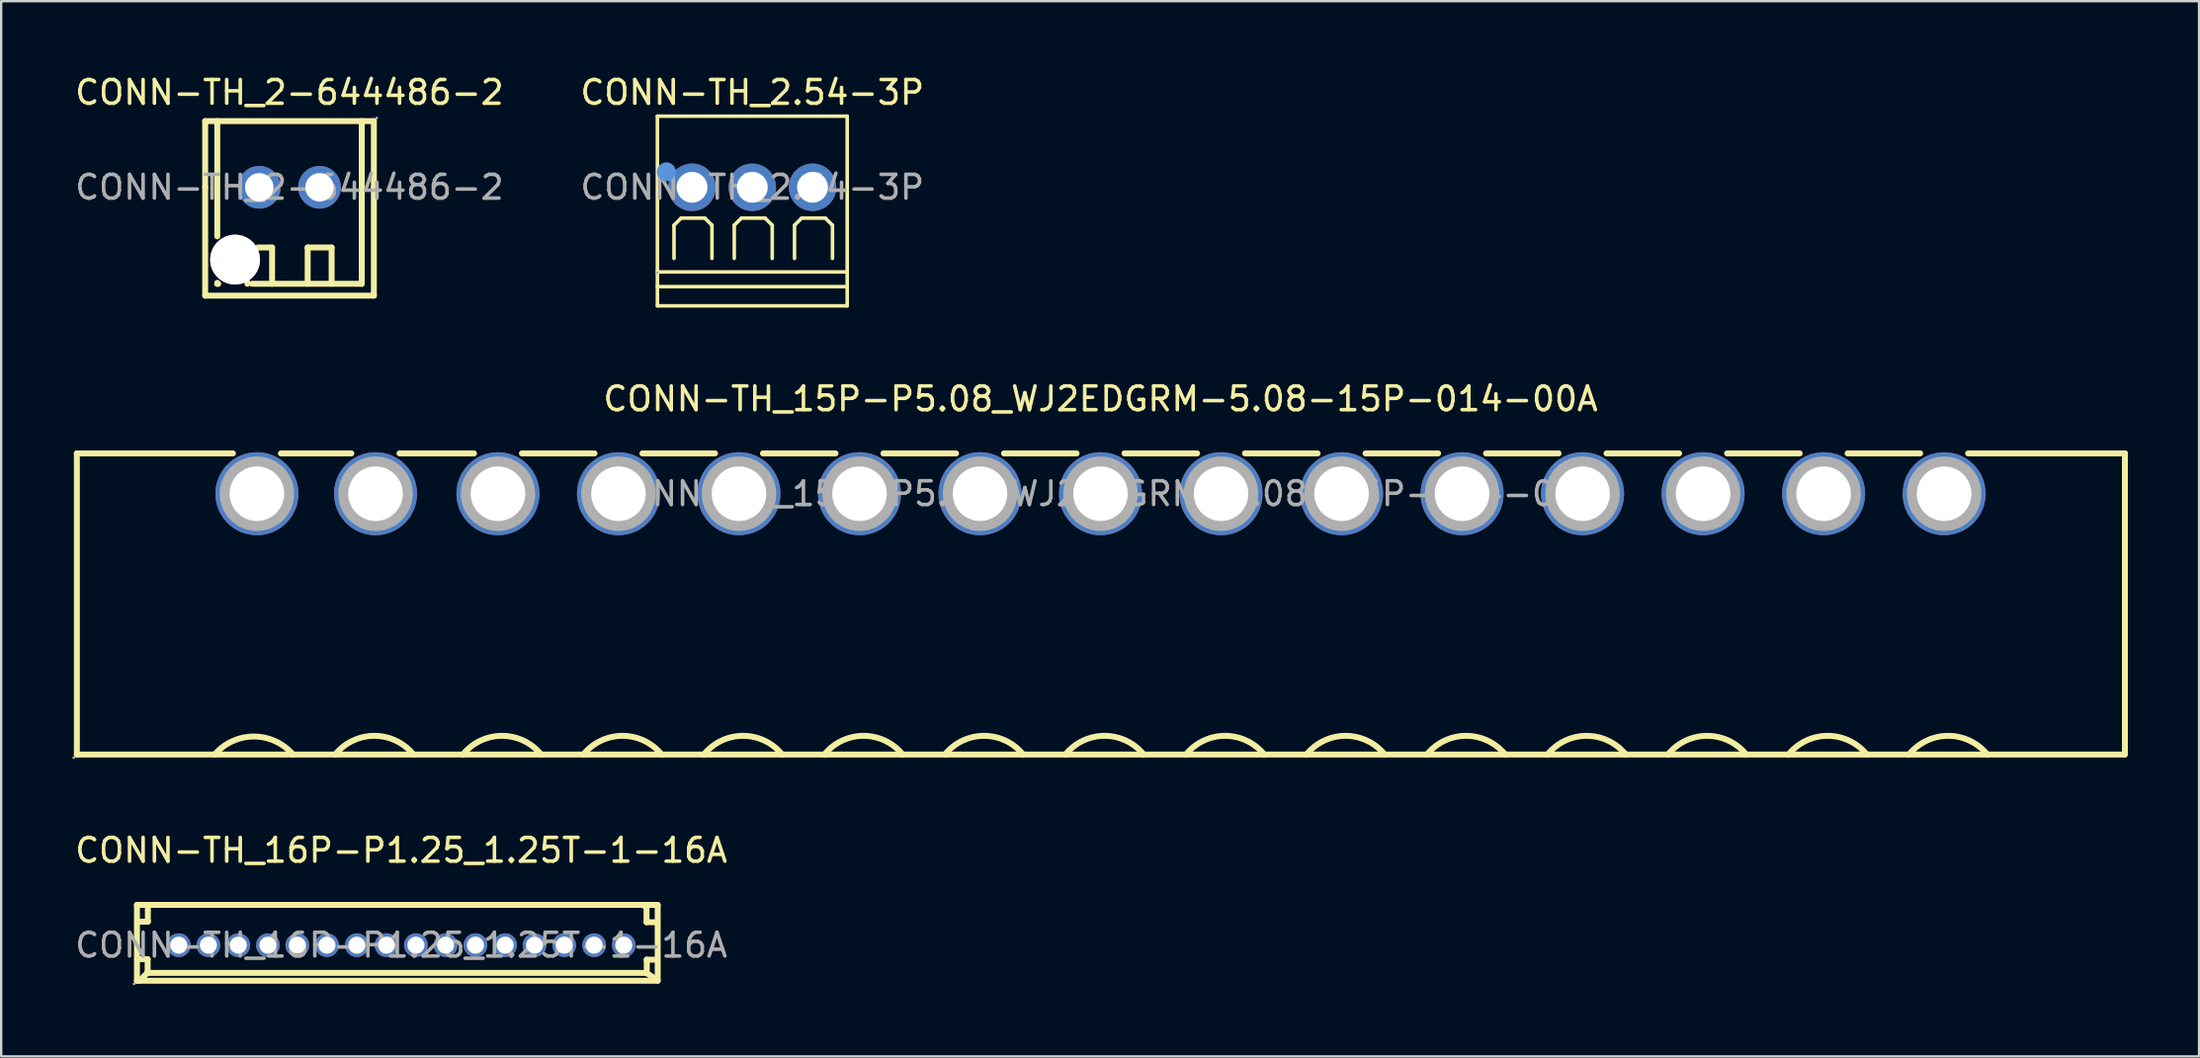
<source format=kicad_pcb>
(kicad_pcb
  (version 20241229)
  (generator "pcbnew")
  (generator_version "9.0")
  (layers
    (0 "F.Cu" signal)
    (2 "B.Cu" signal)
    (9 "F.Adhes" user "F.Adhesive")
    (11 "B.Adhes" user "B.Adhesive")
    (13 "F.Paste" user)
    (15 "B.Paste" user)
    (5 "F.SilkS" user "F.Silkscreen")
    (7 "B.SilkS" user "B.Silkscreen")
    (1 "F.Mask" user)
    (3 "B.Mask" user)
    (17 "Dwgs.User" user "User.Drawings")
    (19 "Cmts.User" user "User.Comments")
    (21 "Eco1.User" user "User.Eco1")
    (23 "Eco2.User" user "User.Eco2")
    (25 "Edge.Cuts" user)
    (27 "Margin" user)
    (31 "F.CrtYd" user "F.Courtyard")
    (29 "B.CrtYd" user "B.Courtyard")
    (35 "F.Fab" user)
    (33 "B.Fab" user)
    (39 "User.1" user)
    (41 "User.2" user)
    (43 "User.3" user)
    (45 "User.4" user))
  (footprint "CONN-TH_2.54-3P"
    (layer "F.Cu")
    (at 28.661 4.848)
    (property "Reference" "CONN-TH_2.54-3P" (at 0 -4 0) (layer "F.SilkS") (effects (font (size 1 1) (thickness 0.15))))
    (attr through_hole)
    (fp_line (start -4 -3) (end 4 -3) (stroke (width 0.15) (type solid)) (layer "F.SilkS"))
    (fp_line (start -4 3.57) (end 4 3.57) (stroke (width 0.15) (type solid)) (layer "F.SilkS"))
    (fp_line (start -4 4.19) (end 4 4.19) (stroke (width 0.15) (type solid)) (layer "F.SilkS"))
    (fp_line (start -4 5) (end -4 -3) (stroke (width 0.15) (type solid)) (layer "F.SilkS"))
    (fp_line (start -3.3 1.6) (end -3 1.3) (stroke (width 0.15) (type solid)) (layer "F.SilkS"))
    (fp_line (start -3.3 3) (end -3.3 1.6) (stroke (width 0.15) (type solid)) (layer "F.SilkS"))
    (fp_line (start -3 1.3) (end -2 1.3) (stroke (width 0.15) (type solid)) (layer "F.SilkS"))
    (fp_line (start -2 1.3) (end -1.7 1.6) (stroke (width 0.15) (type solid)) (layer "F.SilkS"))
    (fp_line (start -1.7 1.6) (end -1.7 3) (stroke (width 0.15) (type solid)) (layer "F.SilkS"))
    (fp_line (start -0.76 1.6) (end -0.46 1.3) (stroke (width 0.15) (type solid)) (layer "F.SilkS"))
    (fp_line (start -0.76 3) (end -0.76 1.6) (stroke (width 0.15) (type solid)) (layer "F.SilkS"))
    (fp_line (start -0.46 1.3) (end 0.54 1.3) (stroke (width 0.15) (type solid)) (layer "F.SilkS"))
    (fp_line (start 0.54 1.3) (end 0.84 1.6) (stroke (width 0.15) (type solid)) (layer "F.SilkS"))
    (fp_line (start 0.84 1.6) (end 0.84 3) (stroke (width 0.15) (type solid)) (layer "F.SilkS"))
    (fp_line (start 1.78 1.6) (end 2.08 1.3) (stroke (width 0.15) (type solid)) (layer "F.SilkS"))
    (fp_line (start 1.78 3) (end 1.78 1.6) (stroke (width 0.15) (type solid)) (layer "F.SilkS"))
    (fp_line (start 2.08 1.3) (end 3.08 1.3) (stroke (width 0.15) (type solid)) (layer "F.SilkS"))
    (fp_line (start 3.08 1.3) (end 3.38 1.6) (stroke (width 0.15) (type solid)) (layer "F.SilkS"))
    (fp_line (start 3.38 1.6) (end 3.38 3) (stroke (width 0.15) (type solid)) (layer "F.SilkS"))
    (fp_line (start 4 -3) (end 4 5) (stroke (width 0.15) (type solid)) (layer "F.SilkS"))
    (fp_line (start 4 3.57) (end 4 3.59) (stroke (width 0.15) (type solid)) (layer "F.SilkS"))
    (fp_line (start 4 4.19) (end 4 4.2) (stroke (width 0.15) (type solid)) (layer "F.SilkS"))
    (fp_line (start 4 5) (end -4 5) (stroke (width 0.15) (type solid)) (layer "F.SilkS"))
    (fp_circle (center -3.62 -0.65) (end -3.42 -0.65) (stroke (width 0.4) (type solid)) (fill no) (layer "Cmts.User"))
    (fp_circle (center -4 3.6) (end -3.97 3.6) (stroke (width 0.06) (type solid)) (fill no) (layer "F.Fab"))
    (fp_text user "${REFERENCE}" (at 0 0 0) (layer "F.Fab") (effects (font (size 1 1) (thickness 0.15))))
    (pad "1" thru_hole circle (at -2.54 0 180) (size 2 2) (drill 1.3) (layers "*.Cu" "*.Paste" "*.Mask"))
    (pad "2" thru_hole circle (at 0 0 180) (size 2 2) (drill 1.3) (layers "*.Cu" "*.Paste" "*.Mask"))
    (pad "3" thru_hole circle (at 2.54 0 180) (size 2 2) (drill 1.3) (layers "*.Cu" "*.Paste" "*.Mask")))
  (footprint "CONN-TH_2-644486-2"
    (layer "F.Cu")
    (at 9.149 4.848)
    (property "Reference" "CONN-TH_2-644486-2" (at 0 -4 0) (layer "F.SilkS") (effects (font (size 1 1) (thickness 0.15))))
    (attr through_hole)
    (fp_line (start -3.55 0) (end -3.55 -2.79) (stroke (width 0.25) (type solid)) (layer "F.SilkS"))
    (fp_line (start -3.55 0) (end -3.55 4.57) (stroke (width 0.25) (type solid)) (layer "F.SilkS"))
    (fp_line (start -3.04 -2.79) (end -3.04 2.07) (stroke (width 0.25) (type solid)) (layer "F.SilkS"))
    (fp_line (start -3.04 4.03) (end -3.04 4.07) (stroke (width 0.25) (type solid)) (layer "F.SilkS"))
    (fp_line (start -3.04 4.07) (end -3 4.07) (stroke (width 0.25) (type solid)) (layer "F.SilkS"))
    (fp_line (start -1.77 4.07) (end -1.77 4) (stroke (width 0.25) (type solid)) (layer "F.SilkS"))
    (fp_line (start -1.57 4.07) (end 3.05 4.07) (stroke (width 0.25) (type solid)) (layer "F.SilkS"))
    (fp_line (start -0.73 2.54) (end -1.33 2.54) (stroke (width 0.25) (type solid)) (layer "F.SilkS"))
    (fp_line (start -0.73 4.07) (end -0.73 2.54) (stroke (width 0.25) (type solid)) (layer "F.SilkS"))
    (fp_line (start 0.77 2.54) (end 0.77 4.07) (stroke (width 0.25) (type solid)) (layer "F.SilkS"))
    (fp_line (start 1.78 2.54) (end 0.77 2.54) (stroke (width 0.25) (type solid)) (layer "F.SilkS"))
    (fp_line (start 1.78 4.07) (end 1.78 2.54) (stroke (width 0.25) (type solid)) (layer "F.SilkS"))
    (fp_line (start 3.05 4.07) (end 3.05 -2.79) (stroke (width 0.25) (type solid)) (layer "F.SilkS"))
    (fp_line (start 3.56 -2.79) (end -3.55 -2.79) (stroke (width 0.25) (type solid)) (layer "F.SilkS"))
    (fp_line (start 3.56 0) (end 3.56 -2.79) (stroke (width 0.25) (type solid)) (layer "F.SilkS"))
    (fp_line (start 3.56 0) (end 3.56 4.57) (stroke (width 0.25) (type solid)) (layer "F.SilkS"))
    (fp_line (start 3.56 4.57) (end -3.55 4.57) (stroke (width 0.25) (type solid)) (layer "F.SilkS"))
    (fp_circle (center -2.29 3.05) (end -1.81 3.05) (stroke (width 0.95) (type solid)) (fill no) (layer "F.Fab"))
    (fp_circle (center -1.27 0) (end -1.02 0) (stroke (width 0.5) (type solid)) (fill no) (layer "F.Fab"))
    (fp_circle (center 1.27 0) (end 1.52 0) (stroke (width 0.5) (type solid)) (fill no) (layer "F.Fab"))
    (fp_circle (center 3.68 -2.92) (end 3.71 -2.92) (stroke (width 0.06) (type solid)) (fill no) (layer "F.Fab"))
    (fp_text user "${REFERENCE}" (at 0 0 0) (layer "F.Fab") (effects (font (size 1 1) (thickness 0.15))))
    (pad "" thru_hole circle (at -2.29 3.05) (size 2.1 2.1) (drill 2.1) (layers "*.Cu" "*.Mask"))
    (pad "1" thru_hole circle (at 1.27 0 180) (size 1.8 1.8) (drill 1.2) (layers "*.Cu" "*.Paste" "*.Mask"))
    (pad "2" thru_hole circle (at -1.27 0 180) (size 1.8 1.8) (drill 1.2) (layers "*.Cu" "*.Paste" "*.Mask")))
  (footprint "CONN-TH_15P-P5.08_WJ2EDGRM-5.08-15P-014-00A"
    (layer "F.Cu")
    (at 43.34 17.771)
    (property "Reference" "CONN-TH_15P-P5.08_WJ2EDGRM-5.08-15P-014-00A" (at 0 -4 0) (layer "F.SilkS") (effects (font (size 1 1) (thickness 0.15))))
    (attr through_hole)
    (fp_line (start -43.15 -1.7) (end -43.15 11) (stroke (width 0.25) (type solid)) (layer "F.SilkS"))
    (fp_line (start -43.15 11) (end 43.15 11) (stroke (width 0.25) (type solid)) (layer "F.SilkS"))
    (fp_line (start -36.57 -1.7) (end -43.15 -1.7) (stroke (width 0.25) (type solid)) (layer "F.SilkS"))
    (fp_line (start -31.58 -1.7) (end -34.55 -1.7) (stroke (width 0.25) (type solid)) (layer "F.SilkS"))
    (fp_line (start -26.41 -1.7) (end -29.55 -1.7) (stroke (width 0.25) (type solid)) (layer "F.SilkS"))
    (fp_line (start -21.33 -1.7) (end -24.39 -1.7) (stroke (width 0.25) (type solid)) (layer "F.SilkS"))
    (fp_line (start -16.25 -1.7) (end -19.31 -1.7) (stroke (width 0.25) (type solid)) (layer "F.SilkS"))
    (fp_line (start -11.17 -1.7) (end -14.23 -1.7) (stroke (width 0.25) (type solid)) (layer "F.SilkS"))
    (fp_line (start -6.09 -1.7) (end -9.15 -1.7) (stroke (width 0.25) (type solid)) (layer "F.SilkS"))
    (fp_line (start -1.01 -1.7) (end -4.07 -1.7) (stroke (width 0.25) (type solid)) (layer "F.SilkS"))
    (fp_line (start 4.07 -1.7) (end 1.01 -1.7) (stroke (width 0.25) (type solid)) (layer "F.SilkS"))
    (fp_line (start 9.15 -1.7) (end 6.09 -1.7) (stroke (width 0.25) (type solid)) (layer "F.SilkS"))
    (fp_line (start 14.23 -1.7) (end 11.17 -1.7) (stroke (width 0.25) (type solid)) (layer "F.SilkS"))
    (fp_line (start 19.31 -1.7) (end 16.25 -1.7) (stroke (width 0.25) (type solid)) (layer "F.SilkS"))
    (fp_line (start 24.39 -1.7) (end 21.33 -1.7) (stroke (width 0.25) (type solid)) (layer "F.SilkS"))
    (fp_line (start 29.47 -1.7) (end 26.41 -1.7) (stroke (width 0.25) (type solid)) (layer "F.SilkS"))
    (fp_line (start 34.55 -1.7) (end 31.49 -1.7) (stroke (width 0.25) (type solid)) (layer "F.SilkS"))
    (fp_line (start 43.18 -1.7) (end 36.57 -1.7) (stroke (width 0.25) (type solid)) (layer "F.SilkS"))
    (fp_line (start 43.18 -1.7) (end 43.18 11) (stroke (width 0.25) (type solid)) (layer "F.SilkS"))
    (fp_arc (start -37.340511 11.000599) (mid -35.690394 10.239609) (end -34.04 11) (stroke (width 0.25) (type solid)) (layer "F.SilkS"))
    (fp_arc (start -32.258881 10.998614) (mid -30.609109 10.210709) (end -28.96 11) (stroke (width 0.25) (type solid)) (layer "F.SilkS"))
    (fp_arc (start -26.878881 10.998614) (mid -25.229109 10.210709) (end -23.58 11) (stroke (width 0.25) (type solid)) (layer "F.SilkS"))
    (fp_arc (start -21.798881 10.998614) (mid -20.149109 10.210709) (end -18.5 11) (stroke (width 0.25) (type solid)) (layer "F.SilkS"))
    (fp_arc (start -16.718881 10.998614) (mid -15.069109 10.210709) (end -13.42 11) (stroke (width 0.25) (type solid)) (layer "F.SilkS"))
    (fp_arc (start -11.638881 10.998614) (mid -9.989109 10.210709) (end -8.34 11) (stroke (width 0.25) (type solid)) (layer "F.SilkS"))
    (fp_arc (start -6.558881 10.998614) (mid -4.909109 10.210709) (end -3.26 11) (stroke (width 0.25) (type solid)) (layer "F.SilkS"))
    (fp_arc (start -1.478881 10.998614) (mid 0.170891 10.210709) (end 1.82 11) (stroke (width 0.25) (type solid)) (layer "F.SilkS"))
    (fp_arc (start 3.601119 10.998614) (mid 5.250891 10.210709) (end 6.9 11) (stroke (width 0.25) (type solid)) (layer "F.SilkS"))
    (fp_arc (start 8.681119 10.998614) (mid 10.330891 10.210709) (end 11.98 11) (stroke (width 0.25) (type solid)) (layer "F.SilkS"))
    (fp_arc (start 13.761119 10.998614) (mid 15.410891 10.210709) (end 17.06 11) (stroke (width 0.25) (type solid)) (layer "F.SilkS"))
    (fp_arc (start 18.841119 10.998614) (mid 20.490891 10.210709) (end 22.14 11) (stroke (width 0.25) (type solid)) (layer "F.SilkS"))
    (fp_arc (start 23.921119 10.998614) (mid 25.570891 10.210709) (end 27.22 11) (stroke (width 0.25) (type solid)) (layer "F.SilkS"))
    (fp_arc (start 29.001119 10.998614) (mid 30.650891 10.210709) (end 32.3 11) (stroke (width 0.25) (type solid)) (layer "F.SilkS"))
    (fp_arc (start 34.081119 10.998614) (mid 35.730891 10.210709) (end 37.38 11) (stroke (width 0.25) (type solid)) (layer "F.SilkS"))
    (fp_circle (center -43.28 11.13) (end -43.25 11.13) (stroke (width 0.06) (type solid)) (fill no) (layer "F.Fab"))
    (fp_circle (center -35.56 0) (end -35.04 0) (stroke (width 1.05) (type solid)) (fill no) (layer "F.Fab"))
    (fp_circle (center -30.56 0) (end -30.04 0) (stroke (width 1.05) (type solid)) (fill no) (layer "F.Fab"))
    (fp_circle (center -25.4 0) (end -24.88 0) (stroke (width 1.05) (type solid)) (fill no) (layer "F.Fab"))
    (fp_circle (center -20.32 0) (end -19.8 0) (stroke (width 1.05) (type solid)) (fill no) (layer "F.Fab"))
    (fp_circle (center -15.24 0) (end -14.72 0) (stroke (width 1.05) (type solid)) (fill no) (layer "F.Fab"))
    (fp_circle (center -10.16 0) (end -9.64 0) (stroke (width 1.05) (type solid)) (fill no) (layer "F.Fab"))
    (fp_circle (center -5.08 0) (end -4.56 0) (stroke (width 1.05) (type solid)) (fill no) (layer "F.Fab"))
    (fp_circle (center 0 0) (end 0.52 0) (stroke (width 1.05) (type solid)) (fill no) (layer "F.Fab"))
    (fp_circle (center 5.08 0) (end 5.6 0) (stroke (width 1.05) (type solid)) (fill no) (layer "F.Fab"))
    (fp_circle (center 10.16 0) (end 10.68 0) (stroke (width 1.05) (type solid)) (fill no) (layer "F.Fab"))
    (fp_circle (center 15.24 0) (end 15.76 0) (stroke (width 1.05) (type solid)) (fill no) (layer "F.Fab"))
    (fp_circle (center 20.32 0) (end 20.84 0) (stroke (width 1.05) (type solid)) (fill no) (layer "F.Fab"))
    (fp_circle (center 25.4 0) (end 25.92 0) (stroke (width 1.05) (type solid)) (fill no) (layer "F.Fab"))
    (fp_circle (center 30.48 0) (end 31 0) (stroke (width 1.05) (type solid)) (fill no) (layer "F.Fab"))
    (fp_circle (center 35.56 0) (end 36.08 0) (stroke (width 1.05) (type solid)) (fill no) (layer "F.Fab"))
    (fp_text user "${REFERENCE}" (at 0 0 0) (layer "F.Fab") (effects (font (size 1 1) (thickness 0.15))))
    (pad "1" thru_hole circle (at -35.56 0) (size 3.5 3.5) (drill 2.3) (layers "*.Cu" "*.Paste" "*.Mask"))
    (pad "2" thru_hole circle (at -30.56 0) (size 3.5 3.5) (drill 2.3) (layers "*.Cu" "*.Paste" "*.Mask"))
    (pad "3" thru_hole circle (at -25.4 0) (size 3.5 3.5) (drill 2.3) (layers "*.Cu" "*.Paste" "*.Mask"))
    (pad "4" thru_hole circle (at -20.32 0) (size 3.5 3.5) (drill 2.3) (layers "*.Cu" "*.Paste" "*.Mask"))
    (pad "5" thru_hole circle (at -15.24 0) (size 3.5 3.5) (drill 2.3) (layers "*.Cu" "*.Paste" "*.Mask"))
    (pad "6" thru_hole circle (at -10.16 0) (size 3.5 3.5) (drill 2.3) (layers "*.Cu" "*.Paste" "*.Mask"))
    (pad "7" thru_hole circle (at -5.08 0) (size 3.5 3.5) (drill 2.3) (layers "*.Cu" "*.Paste" "*.Mask"))
    (pad "8" thru_hole circle (at 0 0) (size 3.5 3.5) (drill 2.3) (layers "*.Cu" "*.Paste" "*.Mask"))
    (pad "9" thru_hole circle (at 5.08 0) (size 3.5 3.5) (drill 2.3) (layers "*.Cu" "*.Paste" "*.Mask"))
    (pad "10" thru_hole circle (at 10.16 0) (size 3.5 3.5) (drill 2.3) (layers "*.Cu" "*.Paste" "*.Mask"))
    (pad "11" thru_hole circle (at 15.24 0) (size 3.5 3.5) (drill 2.3) (layers "*.Cu" "*.Paste" "*.Mask"))
    (pad "12" thru_hole circle (at 20.32 0) (size 3.5 3.5) (drill 2.3) (layers "*.Cu" "*.Paste" "*.Mask"))
    (pad "13" thru_hole circle (at 25.4 0) (size 3.5 3.5) (drill 2.3) (layers "*.Cu" "*.Paste" "*.Mask"))
    (pad "14" thru_hole circle (at 30.48 0) (size 3.5 3.5) (drill 2.3) (layers "*.Cu" "*.Paste" "*.Mask"))
    (pad "15" thru_hole circle (at 35.56 0) (size 3.5 3.5) (drill 2.3) (layers "*.Cu" "*.Paste" "*.Mask")))
  (footprint "CONN-TH_16P-P1.25_1.25T-1-16A"
    (layer "F.Cu")
    (at 13.863 36.81)
    (property "Reference" "CONN-TH_16P-P1.25_1.25T-1-16A" (at 0 -4 0) (layer "F.SilkS") (effects (font (size 1 1) (thickness 0.15))))
    (attr through_hole)
    (fp_line (start -11.14 -1.7) (end -11.14 1.5) (stroke (width 0.25) (type solid)) (layer "F.SilkS"))
    (fp_line (start -11.14 -1.7) (end 10.81 -1.7) (stroke (width 0.25) (type solid)) (layer "F.SilkS"))
    (fp_line (start -11.14 1.5) (end 10.81 1.5) (stroke (width 0.25) (type solid)) (layer "F.SilkS"))
    (fp_line (start -11.13 -0.99) (end -10.68 -0.99) (stroke (width 0.25) (type solid)) (layer "F.SilkS"))
    (fp_line (start -11.13 1.48) (end -11.01 1.48) (stroke (width 0.25) (type solid)) (layer "F.SilkS"))
    (fp_line (start -11.01 1.48) (end -10.7 1.17) (stroke (width 0.25) (type solid)) (layer "F.SilkS"))
    (fp_line (start -10.7 1.17) (end 10.34 1.17) (stroke (width 0.25) (type solid)) (layer "F.SilkS"))
    (fp_line (start -10.69 0.59) (end -11.13 0.59) (stroke (width 0.25) (type solid)) (layer "F.SilkS"))
    (fp_line (start -10.69 1.17) (end -10.69 0.59) (stroke (width 0.25) (type solid)) (layer "F.SilkS"))
    (fp_line (start -10.68 -1.7) (end -10.55 -1.7) (stroke (width 0.25) (type solid)) (layer "F.SilkS"))
    (fp_line (start -10.68 -0.99) (end -10.68 -1.7) (stroke (width 0.25) (type solid)) (layer "F.SilkS"))
    (fp_line (start 10.34 -1.67) (end 10.21 -1.67) (stroke (width 0.25) (type solid)) (layer "F.SilkS"))
    (fp_line (start 10.34 -0.97) (end 10.34 -1.67) (stroke (width 0.25) (type solid)) (layer "F.SilkS"))
    (fp_line (start 10.34 1.17) (end 10.79 1.47) (stroke (width 0.25) (type solid)) (layer "F.SilkS"))
    (fp_line (start 10.35 0.61) (end 10.79 0.61) (stroke (width 0.25) (type solid)) (layer "F.SilkS"))
    (fp_line (start 10.35 1.19) (end 10.35 0.61) (stroke (width 0.25) (type solid)) (layer "F.SilkS"))
    (fp_line (start 10.79 -0.97) (end 10.34 -0.97) (stroke (width 0.25) (type solid)) (layer "F.SilkS"))
    (fp_line (start 10.81 -1.7) (end 10.81 1.5) (stroke (width 0.25) (type solid)) (layer "F.SilkS"))
    (fp_circle (center -11.26 1.63) (end -11.23 1.63) (stroke (width 0.06) (type solid)) (fill no) (layer "F.Fab"))
    (fp_circle (center -9.38 0) (end -9.26 0) (stroke (width 0.25) (type solid)) (fill no) (layer "F.Fab"))
    (fp_circle (center -8.13 0) (end -8.01 0) (stroke (width 0.25) (type solid)) (fill no) (layer "F.Fab"))
    (fp_circle (center -6.87 0) (end -6.75 0) (stroke (width 0.25) (type solid)) (fill no) (layer "F.Fab"))
    (fp_circle (center -5.62 0) (end -5.5 0) (stroke (width 0.25) (type solid)) (fill no) (layer "F.Fab"))
    (fp_circle (center -4.38 0) (end -4.26 0) (stroke (width 0.25) (type solid)) (fill no) (layer "F.Fab"))
    (fp_circle (center -3.13 0) (end -3.01 0) (stroke (width 0.25) (type solid)) (fill no) (layer "F.Fab"))
    (fp_circle (center -1.87 0) (end -1.75 0) (stroke (width 0.25) (type solid)) (fill no) (layer "F.Fab"))
    (fp_circle (center -0.62 0) (end -0.5 0) (stroke (width 0.25) (type solid)) (fill no) (layer "F.Fab"))
    (fp_circle (center 0.62 0) (end 0.74 0) (stroke (width 0.25) (type solid)) (fill no) (layer "F.Fab"))
    (fp_circle (center 1.87 0) (end 1.99 0) (stroke (width 0.25) (type solid)) (fill no) (layer "F.Fab"))
    (fp_circle (center 3.13 0) (end 3.25 0) (stroke (width 0.25) (type solid)) (fill no) (layer "F.Fab"))
    (fp_circle (center 4.38 0) (end 4.5 0) (stroke (width 0.25) (type solid)) (fill no) (layer "F.Fab"))
    (fp_circle (center 5.62 0) (end 5.74 0) (stroke (width 0.25) (type solid)) (fill no) (layer "F.Fab"))
    (fp_circle (center 6.87 0) (end 6.99 0) (stroke (width 0.25) (type solid)) (fill no) (layer "F.Fab"))
    (fp_circle (center 8.13 0) (end 8.25 0) (stroke (width 0.25) (type solid)) (fill no) (layer "F.Fab"))
    (fp_circle (center 9.38 0) (end 9.5 0) (stroke (width 0.25) (type solid)) (fill no) (layer "F.Fab"))
    (fp_text user "${REFERENCE}" (at 0 0 0) (layer "F.Fab") (effects (font (size 1 1) (thickness 0.15))))
    (pad "1" thru_hole circle (at -9.38 0) (size 1 1) (drill 0.7) (layers "*.Cu" "*.Paste" "*.Mask"))
    (pad "2" thru_hole circle (at -8.13 0) (size 1 1) (drill 0.7) (layers "*.Cu" "*.Paste" "*.Mask"))
    (pad "3" thru_hole circle (at -6.87 0) (size 1 1) (drill 0.7) (layers "*.Cu" "*.Paste" "*.Mask"))
    (pad "4" thru_hole circle (at -5.62 0) (size 1 1) (drill 0.7) (layers "*.Cu" "*.Paste" "*.Mask"))
    (pad "5" thru_hole circle (at -4.38 0) (size 1 1) (drill 0.7) (layers "*.Cu" "*.Paste" "*.Mask"))
    (pad "6" thru_hole circle (at -3.13 0) (size 1 1) (drill 0.7) (layers "*.Cu" "*.Paste" "*.Mask"))
    (pad "7" thru_hole circle (at -1.87 0) (size 1 1) (drill 0.7) (layers "*.Cu" "*.Paste" "*.Mask"))
    (pad "8" thru_hole circle (at -0.62 0) (size 1 1) (drill 0.7) (layers "*.Cu" "*.Paste" "*.Mask"))
    (pad "9" thru_hole circle (at 0.62 0) (size 1 1) (drill 0.7) (layers "*.Cu" "*.Paste" "*.Mask"))
    (pad "10" thru_hole circle (at 1.87 0) (size 1 1) (drill 0.7) (layers "*.Cu" "*.Paste" "*.Mask"))
    (pad "11" thru_hole circle (at 3.13 0) (size 1 1) (drill 0.7) (layers "*.Cu" "*.Paste" "*.Mask"))
    (pad "12" thru_hole circle (at 4.38 0) (size 1 1) (drill 0.7) (layers "*.Cu" "*.Paste" "*.Mask"))
    (pad "13" thru_hole circle (at 5.62 0) (size 1 1) (drill 0.7) (layers "*.Cu" "*.Paste" "*.Mask"))
    (pad "14" thru_hole circle (at 6.87 0) (size 1 1) (drill 0.7) (layers "*.Cu" "*.Paste" "*.Mask"))
    (pad "15" thru_hole circle (at 8.13 0) (size 1 1) (drill 0.7) (layers "*.Cu" "*.Paste" "*.Mask"))
    (pad "16" thru_hole circle (at 9.38 0) (size 1 1) (drill 0.7) (layers "*.Cu" "*.Paste" "*.Mask")))
  (gr_rect
    (start -3 -3)
    (end 89.645 41.5)
    (stroke (width 0.1) (type default))
    (fill no)
    (layer "Edge.Cuts")))
</source>
